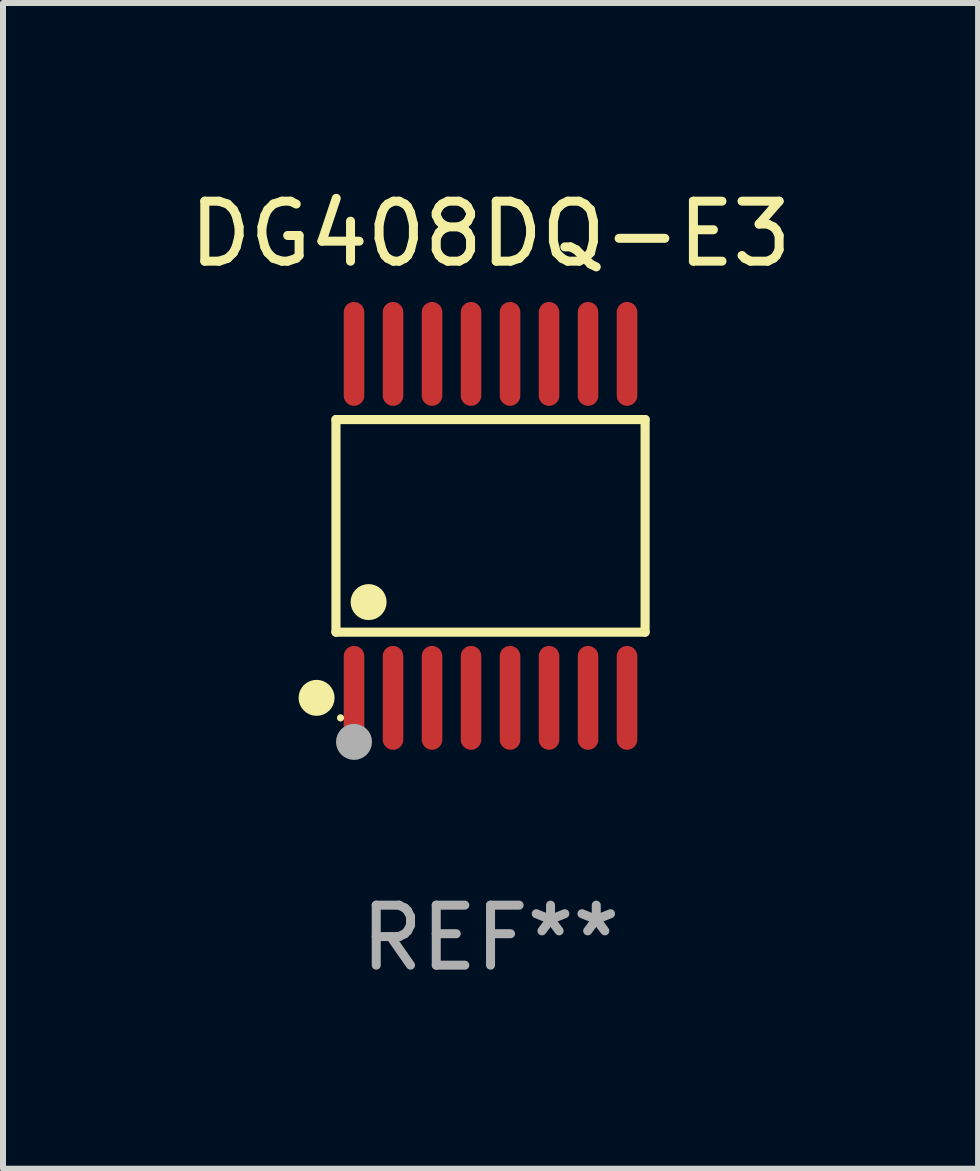
<source format=kicad_pcb>
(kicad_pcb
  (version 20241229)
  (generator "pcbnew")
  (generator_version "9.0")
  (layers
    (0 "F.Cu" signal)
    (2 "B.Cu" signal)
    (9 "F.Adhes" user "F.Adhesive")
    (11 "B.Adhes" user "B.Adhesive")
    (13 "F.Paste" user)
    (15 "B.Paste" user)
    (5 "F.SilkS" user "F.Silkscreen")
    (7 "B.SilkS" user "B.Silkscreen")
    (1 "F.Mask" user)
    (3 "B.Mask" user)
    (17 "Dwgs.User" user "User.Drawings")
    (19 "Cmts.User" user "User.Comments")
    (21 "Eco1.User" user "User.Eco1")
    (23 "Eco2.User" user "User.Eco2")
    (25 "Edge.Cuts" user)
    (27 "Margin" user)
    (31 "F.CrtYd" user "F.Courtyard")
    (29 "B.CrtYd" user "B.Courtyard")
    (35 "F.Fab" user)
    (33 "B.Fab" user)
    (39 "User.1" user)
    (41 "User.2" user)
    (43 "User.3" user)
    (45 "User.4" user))
  (footprint "DG408DQ-E3"
    (layer "F.Cu")
    (at 5.125 5.714)
    (property "Reference" "DG408DQ-E3" (at 0 -4.866 0) (layer "F.SilkS") (effects (font (size 1 1) (thickness 0.15))))
    (attr through_hole)
    (fp_line (start -2.576 -1.772) (end 2.576 -1.772) (stroke (width 0.152) (type solid)) (layer "F.SilkS"))
    (fp_line (start -2.576 1.771) (end -2.576 -1.772) (stroke (width 0.152) (type solid)) (layer "F.SilkS"))
    (fp_line (start 2.576 -1.772) (end 2.576 1.771) (stroke (width 0.152) (type solid)) (layer "F.SilkS"))
    (fp_line (start 2.576 1.771) (end -2.576 1.771) (stroke (width 0.152) (type solid)) (layer "F.SilkS"))
    (fp_circle (center -2.899 2.866) (end -2.749 2.866) (stroke (width 0.3) (type solid)) (fill no) (layer "F.SilkS"))
    (fp_circle (center -2.5 3.2) (end -2.47 3.2) (stroke (width 0.06) (type solid)) (fill no) (layer "F.SilkS"))
    (fp_circle (center -2.032 1.27) (end -1.882 1.27) (stroke (width 0.3) (type solid)) (fill no) (layer "F.SilkS"))
    (fp_circle (center -2.275 3.6) (end -2.125 3.6) (stroke (width 0.3) (type solid)) (fill no) (layer "F.Fab"))
    (fp_text user "REF**" (at 0 6.866 0) (layer "F.Fab") (effects (font (size 1 1) (thickness 0.15))))
    (pad "1" smd oval (at -2.275 2.866) (size 0.343 1.731) (layers "F.Cu" "F.Mask" "F.Paste"))
    (pad "2" smd oval (at -1.625 2.866) (size 0.343 1.731) (layers "F.Cu" "F.Mask" "F.Paste"))
    (pad "3" smd oval (at -0.975 2.866) (size 0.343 1.731) (layers "F.Cu" "F.Mask" "F.Paste"))
    (pad "4" smd oval (at -0.325 2.866) (size 0.343 1.731) (layers "F.Cu" "F.Mask" "F.Paste"))
    (pad "5" smd oval (at 0.325 2.866) (size 0.343 1.731) (layers "F.Cu" "F.Mask" "F.Paste"))
    (pad "6" smd oval (at 0.975 2.866) (size 0.343 1.731) (layers "F.Cu" "F.Mask" "F.Paste"))
    (pad "7" smd oval (at 1.625 2.866) (size 0.343 1.731) (layers "F.Cu" "F.Mask" "F.Paste"))
    (pad "8" smd oval (at 2.275 2.866) (size 0.343 1.731) (layers "F.Cu" "F.Mask" "F.Paste"))
    (pad "9" smd oval (at 2.275 -2.866) (size 0.343 1.731) (layers "F.Cu" "F.Mask" "F.Paste"))
    (pad "10" smd oval (at 1.625 -2.866) (size 0.343 1.731) (layers "F.Cu" "F.Mask" "F.Paste"))
    (pad "11" smd oval (at 0.975 -2.866) (size 0.343 1.731) (layers "F.Cu" "F.Mask" "F.Paste"))
    (pad "12" smd oval (at 0.325 -2.866) (size 0.343 1.731) (layers "F.Cu" "F.Mask" "F.Paste"))
    (pad "13" smd oval (at -0.325 -2.866) (size 0.343 1.731) (layers "F.Cu" "F.Mask" "F.Paste"))
    (pad "14" smd oval (at -0.975 -2.866) (size 0.343 1.731) (layers "F.Cu" "F.Mask" "F.Paste"))
    (pad "15" smd oval (at -1.625 -2.866) (size 0.343 1.731) (layers "F.Cu" "F.Mask" "F.Paste"))
    (pad "16" smd oval (at -2.275 -2.866) (size 0.343 1.731) (layers "F.Cu" "F.Mask" "F.Paste")))
  (gr_rect
    (start -3 -3)
    (end 13.25 16.428)
    (stroke (width 0.1) (type default))
    (fill no)
    (layer "Edge.Cuts")))
</source>
